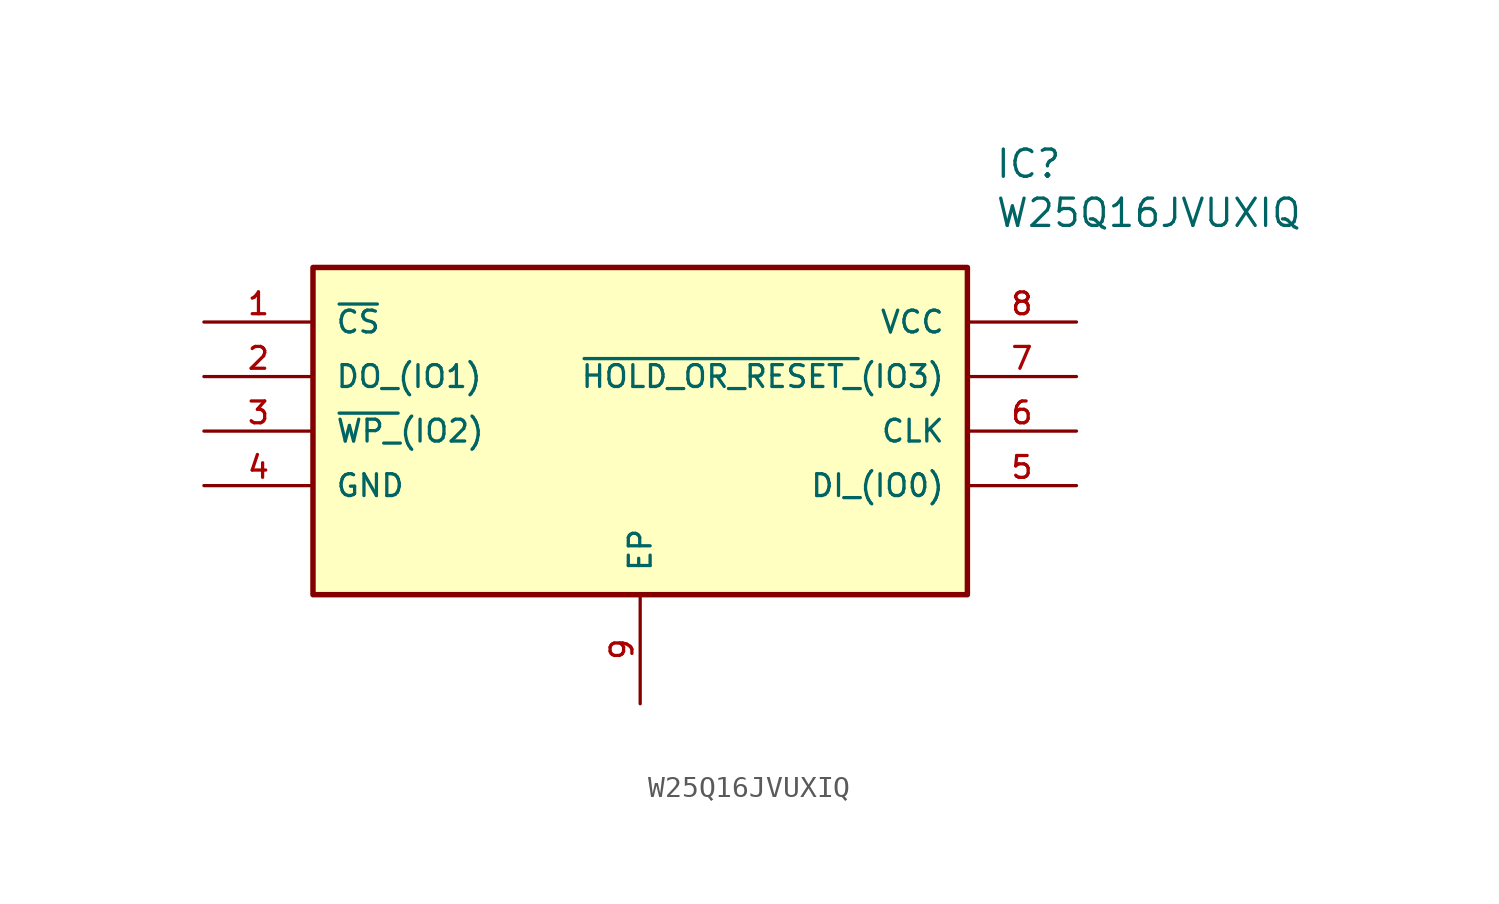
<source format=kicad_sym>
(kicad_symbol_lib
  (version 20231120)
  (generator "kicad_symbol_editor")
  (generator_version "8.0")
  (symbol "W25Q16JVUXIQ"
    (pin_names
      (offset 1.016))
    (property "Reference" "IC"
      (at 16.51 12.446 0)
      (effects (font (size 1.27 1.27)) (justify left)))
    (property "Value" "W25Q16JVUXIQ"
      (at 16.51 10.16 0)
      (effects (font (size 1.27 1.27)) (justify left)))
    (symbol "W25Q16JVUXIQ_0_0"
      (rectangle (start -15.24 7.62) (end 15.24 -7.62) (stroke (width 0.254) (type default)) (fill (type background)))
      (pin bidirectional line (at -20.32 5.08 0) (length 5.08) (name "~{CS}" (effects (font (size 1.016 1.016)))) (number "1" (effects (font (size 1.016 1.016)))))
      (pin bidirectional line (at -20.32 2.54 0) (length 5.08) (name "DO_(IO1)" (effects (font (size 1.016 1.016)))) (number "2" (effects (font (size 1.016 1.016)))))
      (pin bidirectional line (at -20.32 0 0) (length 5.08) (name "~{WP_}(IO2)" (effects (font (size 1.016 1.016)))) (number "3" (effects (font (size 1.016 1.016)))))
      (pin bidirectional line (at -20.32 -2.54 0) (length 5.08) (name "GND" (effects (font (size 1.016 1.016)))) (number "4" (effects (font (size 1.016 1.016)))))
      (pin bidirectional line (at 20.32 -2.54 180) (length 5.08) (name "DI_(IO0)" (effects (font (size 1.016 1.016)))) (number "5" (effects (font (size 1.016 1.016)))))
      (pin bidirectional line (at 20.32 0 180) (length 5.08) (name "CLK" (effects (font (size 1.016 1.016)))) (number "6" (effects (font (size 1.016 1.016)))))
      (pin bidirectional line (at 20.32 2.54 180) (length 5.08) (name "~{HOLD_OR_RESET_}(IO3)" (effects (font (size 1.016 1.016)))) (number "7" (effects (font (size 1.016 1.016)))))
      (pin bidirectional line (at 20.32 5.08 180) (length 5.08) (name "VCC" (effects (font (size 1.016 1.016)))) (number "8" (effects (font (size 1.016 1.016)))))
      (pin bidirectional line (at 0 -12.7 90) (length 5.08) (name "EP" (effects (font (size 1.016 1.016)))) (number "9" (effects (font (size 1.016 1.016))))))))
</source>
